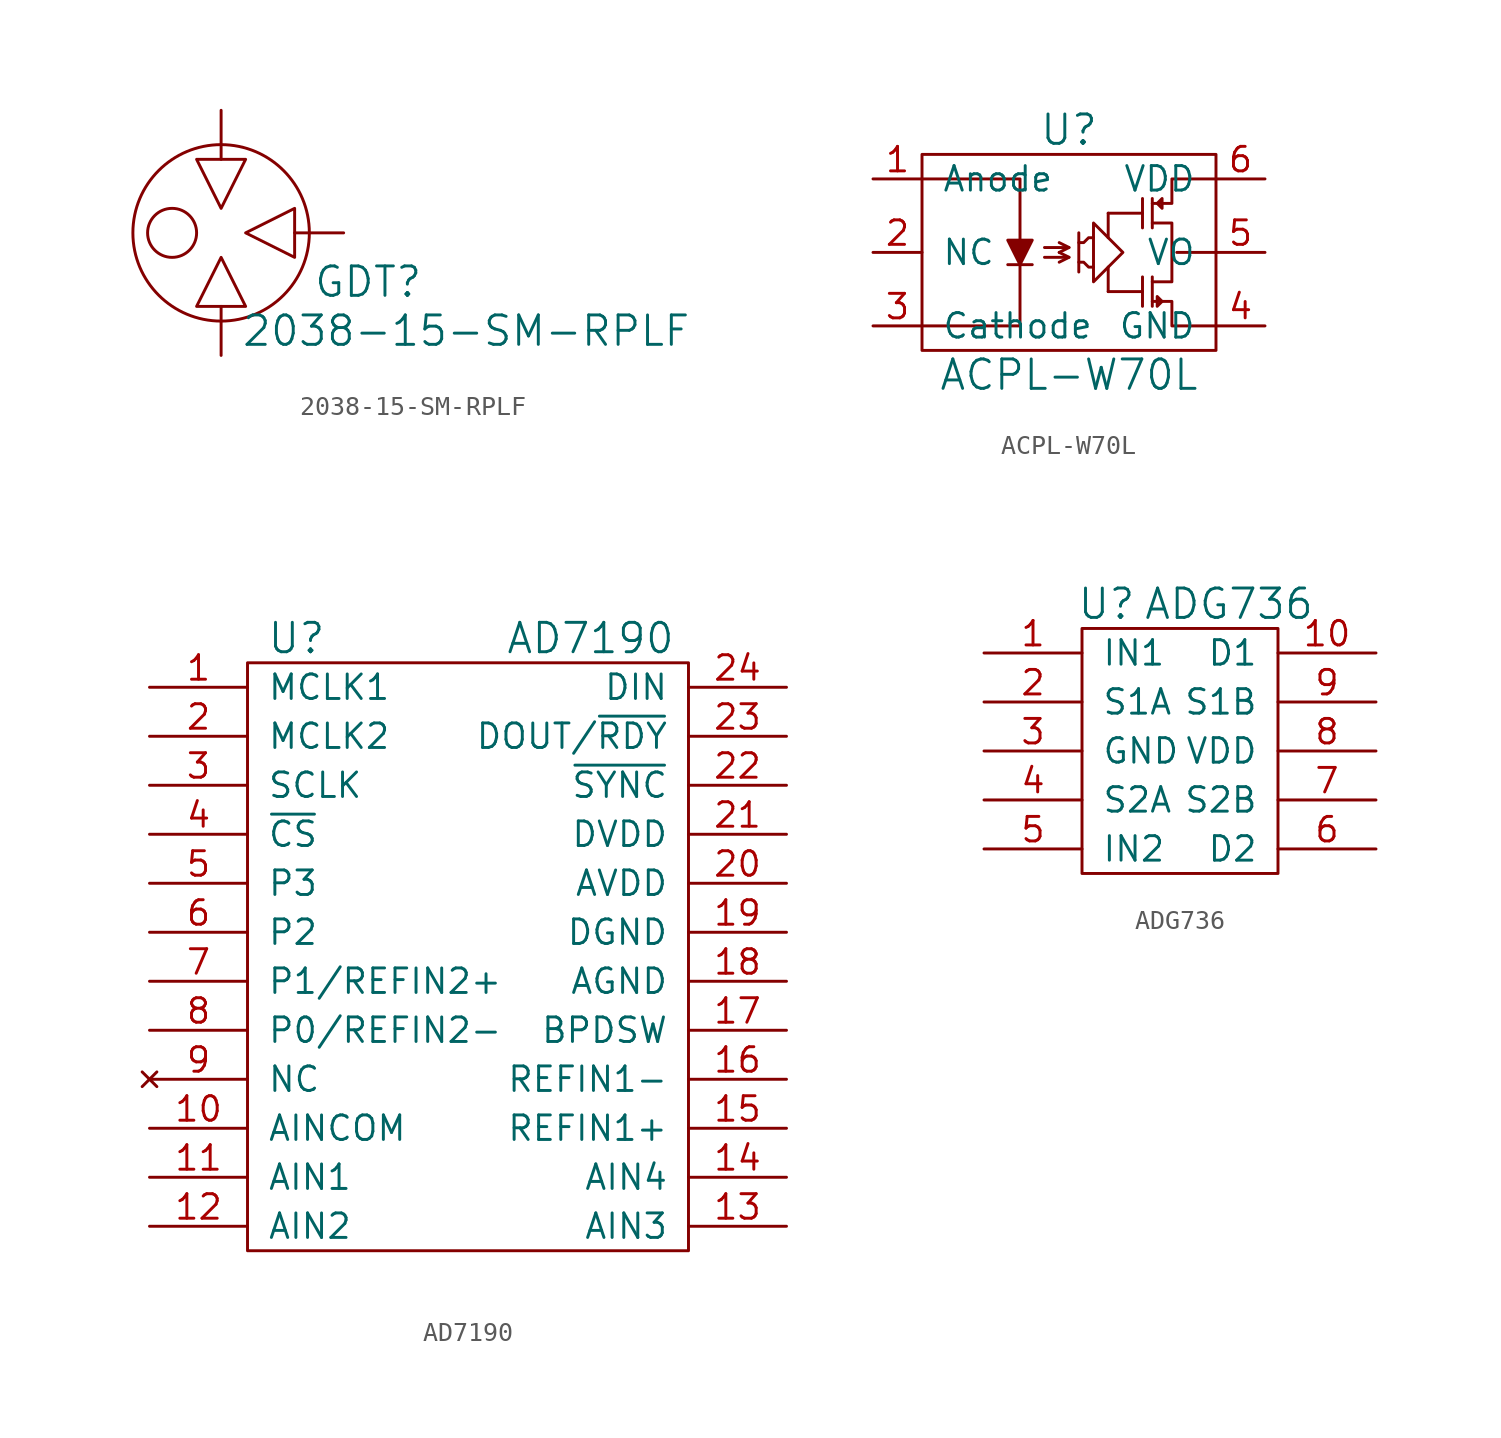
<source format=kicad_sym>
(kicad_symbol_lib
  (version 20220914)
  (generator kicad_symbol_editor)
  (symbol "2038-15-SM-RPLF"
    (pin_names
      (offset 1.016))
    (property "Reference" "GDT"
      (at 7.62 -2.54 0)
      (effects (font (size 1.524 1.524))))
    (property "Value" "2038-15-SM-RPLF"
      (at 12.7 -5.08 0)
      (effects (font (size 1.524 1.524))))
    (property "Footprint" ""
      (at 0 0 0)
      (effects (font (size 1.524 1.524))))
    (property "Datasheet" ""
      (at 0 0 0)
      (effects (font (size 1.524 1.524))))
    (symbol "2038-15-SM-RPLF_0_1"
      (circle (center -2.54 0) (radius 1.27) (stroke (width 0) (type default)) (fill (type none)))
      (polyline (pts (xy 0 -3.81) (xy 0 -6.35)) (stroke (width 0) (type default)) (fill (type none)))
      (polyline (pts (xy 0 3.81) (xy 0 6.35)) (stroke (width 0) (type default)) (fill (type none)))
      (polyline (pts (xy 3.81 0) (xy 6.35 0)) (stroke (width 0) (type default)) (fill (type none)))
      (polyline (pts (xy 0 -1.27) (xy -1.27 -3.81) (xy 1.27 -3.81) (xy 0 -1.27)) (stroke (width 0) (type default)) (fill (type none)))
      (polyline (pts (xy 0 1.27) (xy 1.27 3.81) (xy -1.27 3.81) (xy 0 1.27)) (stroke (width 0) (type default)) (fill (type none)))
      (polyline (pts (xy 1.27 0) (xy 3.81 1.27) (xy 3.81 -1.27) (xy 1.27 0)) (stroke (width 0) (type default)) (fill (type none)))
      (circle (center 0 0) (radius 4.572) (stroke (width 0) (type default)) (fill (type none))))
    (symbol "2038-15-SM-RPLF_1_1"
      (pin bidirectional line (at 0 6.35 180) (length 0) hide (name "~" (effects (font (size 0.762 0.762)))) (number "1" (effects (font (size 0.762 0.762)))))
      (pin bidirectional line (at 6.35 0 180) (length 0) hide (name "~" (effects (font (size 0.762 0.762)))) (number "2" (effects (font (size 0.762 0.762)))))
      (pin bidirectional line (at 0 -6.35 180) (length 0) hide (name "~" (effects (font (size 0.762 0.762)))) (number "3" (effects (font (size 0.762 0.762)))))))
  (symbol "ACPL-W70L"
    (pin_names
      (offset 1.016))
    (property "Reference" "U"
      (at 0 6.35 0)
      (effects (font (size 1.524 1.524))))
    (property "Value" "ACPL-W70L"
      (at 0 -6.35 0)
      (effects (font (size 1.524 1.524))))
    (symbol "ACPL-W70L_0_1"
      (rectangle (start -7.62 5.08) (end 7.62 -5.08) (stroke (width 0) (type default)) (fill (type none)))
      (polyline (pts (xy -1.27 -0.254) (xy 0 -0.254)) (stroke (width 0) (type default)) (fill (type none)))
      (polyline (pts (xy -1.27 0.254) (xy 0 0.254)) (stroke (width 0) (type default)) (fill (type none)))
      (polyline (pts (xy 0.508 1.016) (xy 0.508 -1.016)) (stroke (width 0) (type default)) (fill (type none)))
      (polyline (pts (xy 2.032 -2.032) (xy 3.81 -2.032)) (stroke (width 0) (type default)) (fill (type none)))
      (polyline (pts (xy 2.032 -0.762) (xy 2.032 -2.032)) (stroke (width 0) (type default)) (fill (type none)))
      (polyline (pts (xy 2.032 0.762) (xy 2.032 2.032)) (stroke (width 0) (type default)) (fill (type none)))
      (polyline (pts (xy 2.032 2.032) (xy 3.81 2.032)) (stroke (width 0) (type default)) (fill (type none)))
      (polyline (pts (xy 3.81 -1.27) (xy 3.81 -2.794)) (stroke (width 0) (type default)) (fill (type none)))
      (polyline (pts (xy 3.81 2.794) (xy 3.81 1.27)) (stroke (width 0) (type default)) (fill (type none)))
      (polyline (pts (xy 4.318 -1.27) (xy 4.318 -2.794)) (stroke (width 0) (type default)) (fill (type none)))
      (polyline (pts (xy 4.318 2.794) (xy 4.318 1.27)) (stroke (width 0) (type default)) (fill (type none)))
      (polyline (pts (xy 5.588 0) (xy 7.62 0)) (stroke (width 0) (type default)) (fill (type none)))
      (polyline (pts (xy -7.62 -3.81) (xy -2.54 -3.81) (xy -2.54 -0.635)) (stroke (width 0) (type default)) (fill (type none)))
      (polyline (pts (xy -7.62 3.81) (xy -2.54 3.81) (xy -2.54 -0.635)) (stroke (width 0) (type default)) (fill (type none)))
      (polyline (pts (xy -3.175 -0.635) (xy -2.54 -0.635) (xy -1.905 -0.635)) (stroke (width 0) (type default)) (fill (type none)))
      (polyline (pts (xy -0.508 0) (xy 0 -0.254) (xy -0.508 -0.508)) (stroke (width 0) (type default)) (fill (type none)))
      (polyline (pts (xy -0.508 0.508) (xy 0 0.254) (xy -0.508 0)) (stroke (width 0) (type default)) (fill (type none)))
      (polyline (pts (xy -3.175 0.635) (xy -1.905 0.635) (xy -2.54 -0.635) (xy -3.175 0.635)) (stroke (width 0) (type default)) (fill (type outline)))
      (polyline (pts (xy 0.508 -0.508) (xy 0.762 -0.508) (xy 1.016 -0.762) (xy 1.27 -0.762)) (stroke (width 0) (type default)) (fill (type none)))
      (polyline (pts (xy 0.508 0.508) (xy 0.762 0.508) (xy 1.016 0.762) (xy 1.27 0.762)) (stroke (width 0) (type default)) (fill (type none)))
      (polyline (pts (xy 1.27 1.524) (xy 1.27 -1.524) (xy 2.794 0) (xy 1.27 1.524)) (stroke (width 0) (type default)) (fill (type none)))
      (polyline (pts (xy 4.318 -2.54) (xy 5.334 -2.54) (xy 5.334 -3.81) (xy 7.62 -3.81)) (stroke (width 0) (type default)) (fill (type none)))
      (polyline (pts (xy 4.318 1.524) (xy 5.334 1.524) (xy 5.334 -1.524) (xy 4.318 -1.524)) (stroke (width 0) (type default)) (fill (type none)))
      (polyline (pts (xy 4.318 2.54) (xy 5.334 2.54) (xy 5.334 3.81) (xy 7.62 3.81)) (stroke (width 0) (type default)) (fill (type none)))
      (polyline (pts (xy 4.572 -2.286) (xy 4.826 -2.54) (xy 4.572 -2.794) (xy 4.572 -2.286)) (stroke (width 0) (type default)) (fill (type none)))
      (polyline (pts (xy 4.826 2.794) (xy 4.572 2.54) (xy 4.826 2.286) (xy 4.826 2.794)) (stroke (width 0) (type default)) (fill (type none))))
    (symbol "ACPL-W70L_1_1"
      (pin input line (at -10.16 3.81 0) (length 2.54) (name "Anode" (effects (font (size 1.27 1.27)))) (number "1" (effects (font (size 1.27 1.27)))))
      (pin input line (at -10.16 0 0) (length 2.54) (name "NC" (effects (font (size 1.27 1.27)))) (number "2" (effects (font (size 1.27 1.27)))))
      (pin input line (at -10.16 -3.81 0) (length 2.54) (name "Cathode" (effects (font (size 1.27 1.27)))) (number "3" (effects (font (size 1.27 1.27)))))
      (pin input line (at 10.16 -3.81 180) (length 2.54) (name "GND" (effects (font (size 1.27 1.27)))) (number "4" (effects (font (size 1.27 1.27)))))
      (pin input line (at 10.16 0 180) (length 2.54) (name "VO" (effects (font (size 1.27 1.27)))) (number "5" (effects (font (size 1.27 1.27)))))
      (pin input line (at 10.16 3.81 180) (length 2.54) (name "VDD" (effects (font (size 1.27 1.27)))) (number "6" (effects (font (size 1.27 1.27)))))))
  (symbol "AD7190"
    (pin_names
      (offset 1.016))
    (property "Reference" "U"
      (at -8.89 16.51 0)
      (effects (font (size 1.524 1.524))))
    (property "Value" "AD7190"
      (at 6.35 16.51 0)
      (effects (font (size 1.524 1.524))))
    (symbol "AD7190_0_1"
      (rectangle (start -11.43 15.24) (end 11.43 -15.24) (stroke (width 0) (type default)) (fill (type none))))
    (symbol "AD7190_1_1"
      (pin passive line (at -16.51 13.97 0) (length 5.08) (name "MCLK1" (effects (font (size 1.27 1.27)))) (number "1" (effects (font (size 1.27 1.27)))))
      (pin passive line (at -16.51 -8.89 0) (length 5.08) (name "AINCOM" (effects (font (size 1.27 1.27)))) (number "10" (effects (font (size 1.27 1.27)))))
      (pin passive line (at -16.51 -11.43 0) (length 5.08) (name "AIN1" (effects (font (size 1.27 1.27)))) (number "11" (effects (font (size 1.27 1.27)))))
      (pin passive line (at -16.51 -13.97 0) (length 5.08) (name "AIN2" (effects (font (size 1.27 1.27)))) (number "12" (effects (font (size 1.27 1.27)))))
      (pin passive line (at 16.51 -13.97 180) (length 5.08) (name "AIN3" (effects (font (size 1.27 1.27)))) (number "13" (effects (font (size 1.27 1.27)))))
      (pin passive line (at 16.51 -11.43 180) (length 5.08) (name "AIN4" (effects (font (size 1.27 1.27)))) (number "14" (effects (font (size 1.27 1.27)))))
      (pin passive line (at 16.51 -8.89 180) (length 5.08) (name "REFIN1+" (effects (font (size 1.27 1.27)))) (number "15" (effects (font (size 1.27 1.27)))))
      (pin passive line (at 16.51 -6.35 180) (length 5.08) (name "REFIN1-" (effects (font (size 1.27 1.27)))) (number "16" (effects (font (size 1.27 1.27)))))
      (pin passive line (at 16.51 -3.81 180) (length 5.08) (name "BPDSW" (effects (font (size 1.27 1.27)))) (number "17" (effects (font (size 1.27 1.27)))))
      (pin passive line (at 16.51 -1.27 180) (length 5.08) (name "AGND" (effects (font (size 1.27 1.27)))) (number "18" (effects (font (size 1.27 1.27)))))
      (pin passive line (at 16.51 1.27 180) (length 5.08) (name "DGND" (effects (font (size 1.27 1.27)))) (number "19" (effects (font (size 1.27 1.27)))))
      (pin passive line (at -16.51 11.43 0) (length 5.08) (name "MCLK2" (effects (font (size 1.27 1.27)))) (number "2" (effects (font (size 1.27 1.27)))))
      (pin passive line (at 16.51 3.81 180) (length 5.08) (name "AVDD" (effects (font (size 1.27 1.27)))) (number "20" (effects (font (size 1.27 1.27)))))
      (pin passive line (at 16.51 6.35 180) (length 5.08) (name "DVDD" (effects (font (size 1.27 1.27)))) (number "21" (effects (font (size 1.27 1.27)))))
      (pin passive line (at 16.51 8.89 180) (length 5.08) (name "~{SYNC}" (effects (font (size 1.27 1.27)))) (number "22" (effects (font (size 1.27 1.27)))))
      (pin passive line (at 16.51 11.43 180) (length 5.08) (name "DOUT/~{RDY}" (effects (font (size 1.27 1.27)))) (number "23" (effects (font (size 1.27 1.27)))))
      (pin passive line (at 16.51 13.97 180) (length 5.08) (name "DIN" (effects (font (size 1.27 1.27)))) (number "24" (effects (font (size 1.27 1.27)))))
      (pin passive line (at -16.51 8.89 0) (length 5.08) (name "SCLK" (effects (font (size 1.27 1.27)))) (number "3" (effects (font (size 1.27 1.27)))))
      (pin passive line (at -16.51 6.35 0) (length 5.08) (name "~{CS}" (effects (font (size 1.27 1.27)))) (number "4" (effects (font (size 1.27 1.27)))))
      (pin passive line (at -16.51 3.81 0) (length 5.08) (name "P3" (effects (font (size 1.27 1.27)))) (number "5" (effects (font (size 1.27 1.27)))))
      (pin passive line (at -16.51 1.27 0) (length 5.08) (name "P2" (effects (font (size 1.27 1.27)))) (number "6" (effects (font (size 1.27 1.27)))))
      (pin passive line (at -16.51 -1.27 0) (length 5.08) (name "P1/REFIN2+" (effects (font (size 1.27 1.27)))) (number "7" (effects (font (size 1.27 1.27)))))
      (pin passive line (at -16.51 -3.81 0) (length 5.08) (name "P0/REFIN2-" (effects (font (size 1.27 1.27)))) (number "8" (effects (font (size 1.27 1.27)))))
      (pin no_connect line (at -16.51 -6.35 0) (length 5.08) (name "NC" (effects (font (size 1.27 1.27)))) (number "9" (effects (font (size 1.27 1.27)))))))
  (symbol "ADG736"
    (pin_names
      (offset 1.016))
    (property "Reference" "U"
      (at -3.81 7.62 0)
      (effects (font (size 1.524 1.524))))
    (property "Value" "ADG736"
      (at 2.54 7.62 0)
      (effects (font (size 1.524 1.524))))
    (property "Footprint" ""
      (at -1.27 0 0)
      (effects (font (size 1.524 1.524))))
    (property "Datasheet" ""
      (at -1.27 0 0)
      (effects (font (size 1.524 1.524))))
    (symbol "ADG736_0_1"
      (rectangle (start -5.08 6.35) (end 5.08 -6.35) (stroke (width 0) (type default)) (fill (type none))))
    (symbol "ADG736_1_1"
      (pin bidirectional line (at -10.16 5.08 0) (length 5.08) (name "IN1" (effects (font (size 1.27 1.27)))) (number "1" (effects (font (size 1.27 1.27)))))
      (pin bidirectional line (at 10.16 5.08 180) (length 5.08) (name "D1" (effects (font (size 1.27 1.27)))) (number "10" (effects (font (size 1.27 1.27)))))
      (pin bidirectional line (at -10.16 2.54 0) (length 5.08) (name "S1A" (effects (font (size 1.27 1.27)))) (number "2" (effects (font (size 1.27 1.27)))))
      (pin bidirectional line (at -10.16 0 0) (length 5.08) (name "GND" (effects (font (size 1.27 1.27)))) (number "3" (effects (font (size 1.27 1.27)))))
      (pin bidirectional line (at -10.16 -2.54 0) (length 5.08) (name "S2A" (effects (font (size 1.27 1.27)))) (number "4" (effects (font (size 1.27 1.27)))))
      (pin bidirectional line (at -10.16 -5.08 0) (length 5.08) (name "IN2" (effects (font (size 1.27 1.27)))) (number "5" (effects (font (size 1.27 1.27)))))
      (pin bidirectional line (at 10.16 -5.08 180) (length 5.08) (name "D2" (effects (font (size 1.27 1.27)))) (number "6" (effects (font (size 1.27 1.27)))))
      (pin bidirectional line (at 10.16 -2.54 180) (length 5.08) (name "S2B" (effects (font (size 1.27 1.27)))) (number "7" (effects (font (size 1.27 1.27)))))
      (pin bidirectional line (at 10.16 0 180) (length 5.08) (name "VDD" (effects (font (size 1.27 1.27)))) (number "8" (effects (font (size 1.27 1.27)))))
      (pin bidirectional line (at 10.16 2.54 180) (length 5.08) (name "S1B" (effects (font (size 1.27 1.27)))) (number "9" (effects (font (size 1.27 1.27))))))))
</source>
